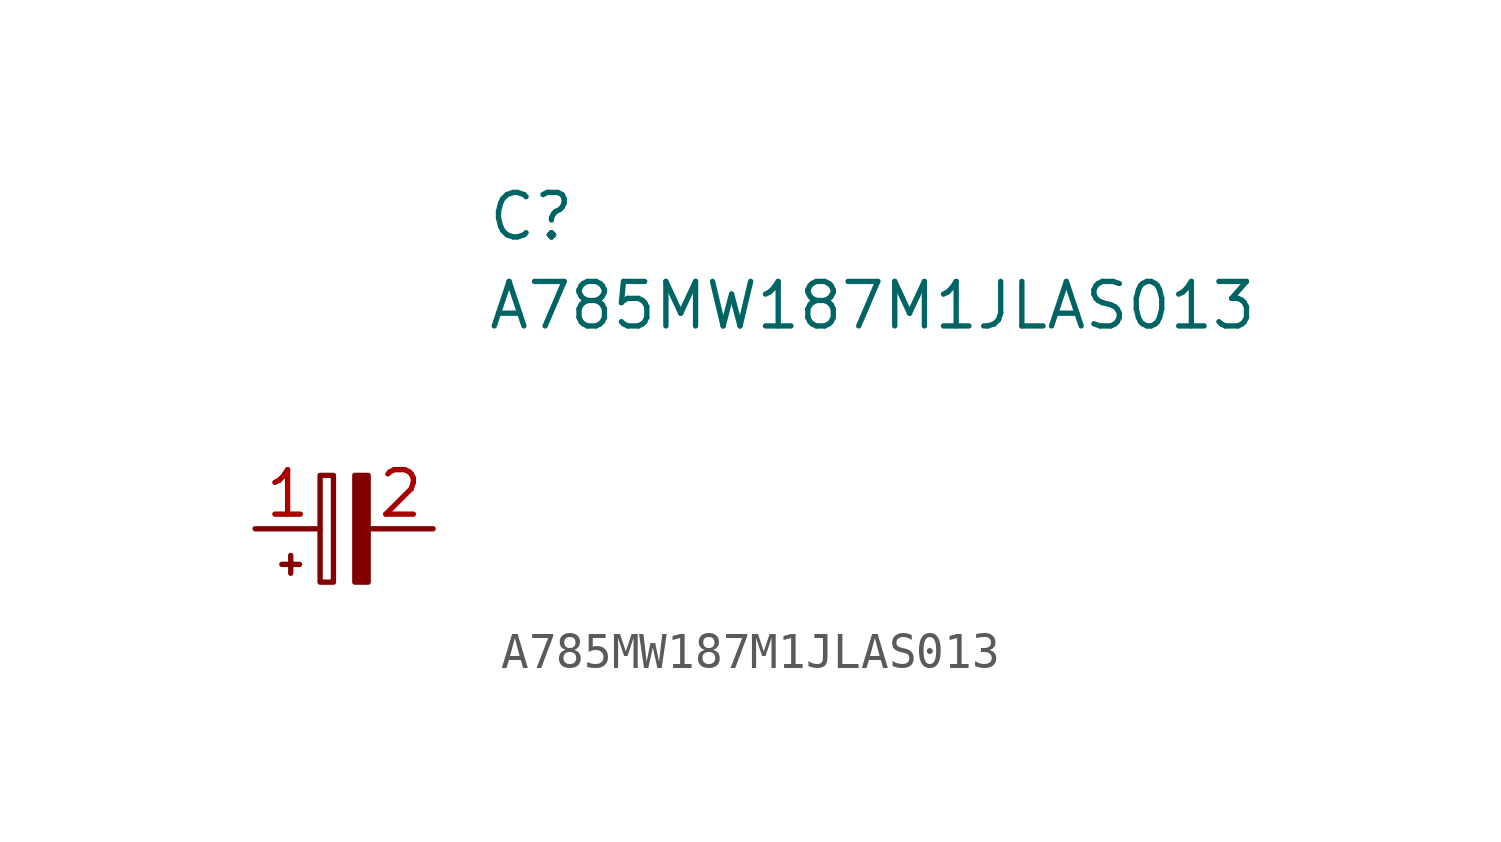
<source format=kicad_sym>
(kicad_symbol_lib
  (version 20231120)
  (generator "kicad_symbol_editor")
  (generator_version "8.0")
  (symbol "A785MW187M1JLAS013"
    (pin_names hide)
    (property "Reference" "C"
      (at 6.604 9.652 0)
      (effects (font (size 1.27 1.27)) (justify left top)))
    (property "Value" "A785MW187M1JLAS013"
      (at 6.604 7.112 0)
      (effects (font (size 1.27 1.27)) (justify left top)))
    (symbol "A785MW187M1JLAS013_0_1"
      (polyline (pts (xy 1.016 -1.27) (xy 1.016 -0.762)) (stroke (width 0) (type default)) (fill (type none)))
      (polyline (pts (xy 1.27 -1.016) (xy 0.762 -1.016)) (stroke (width 0) (type default)) (fill (type none)))
      (rectangle (start 1.854 -1.524) (end 2.235 1.524) (stroke (width 0) (type default)) (fill (type none)))
      (rectangle (start 2.845 -1.524) (end 3.226 1.524) (stroke (width 0) (type default)) (fill (type outline))))
    (symbol "A785MW187M1JLAS013_1_1"
      (pin passive line (at 0 0 0) (length 1.854) (name "~" (effects (font (size 1.27 1.27)))) (number "1" (effects (font (size 1.27 1.27)))))
      (pin passive line (at 5.08 0 180) (length 1.854) (name "~" (effects (font (size 1.27 1.27)))) (number "2" (effects (font (size 1.27 1.27))))))))
</source>
